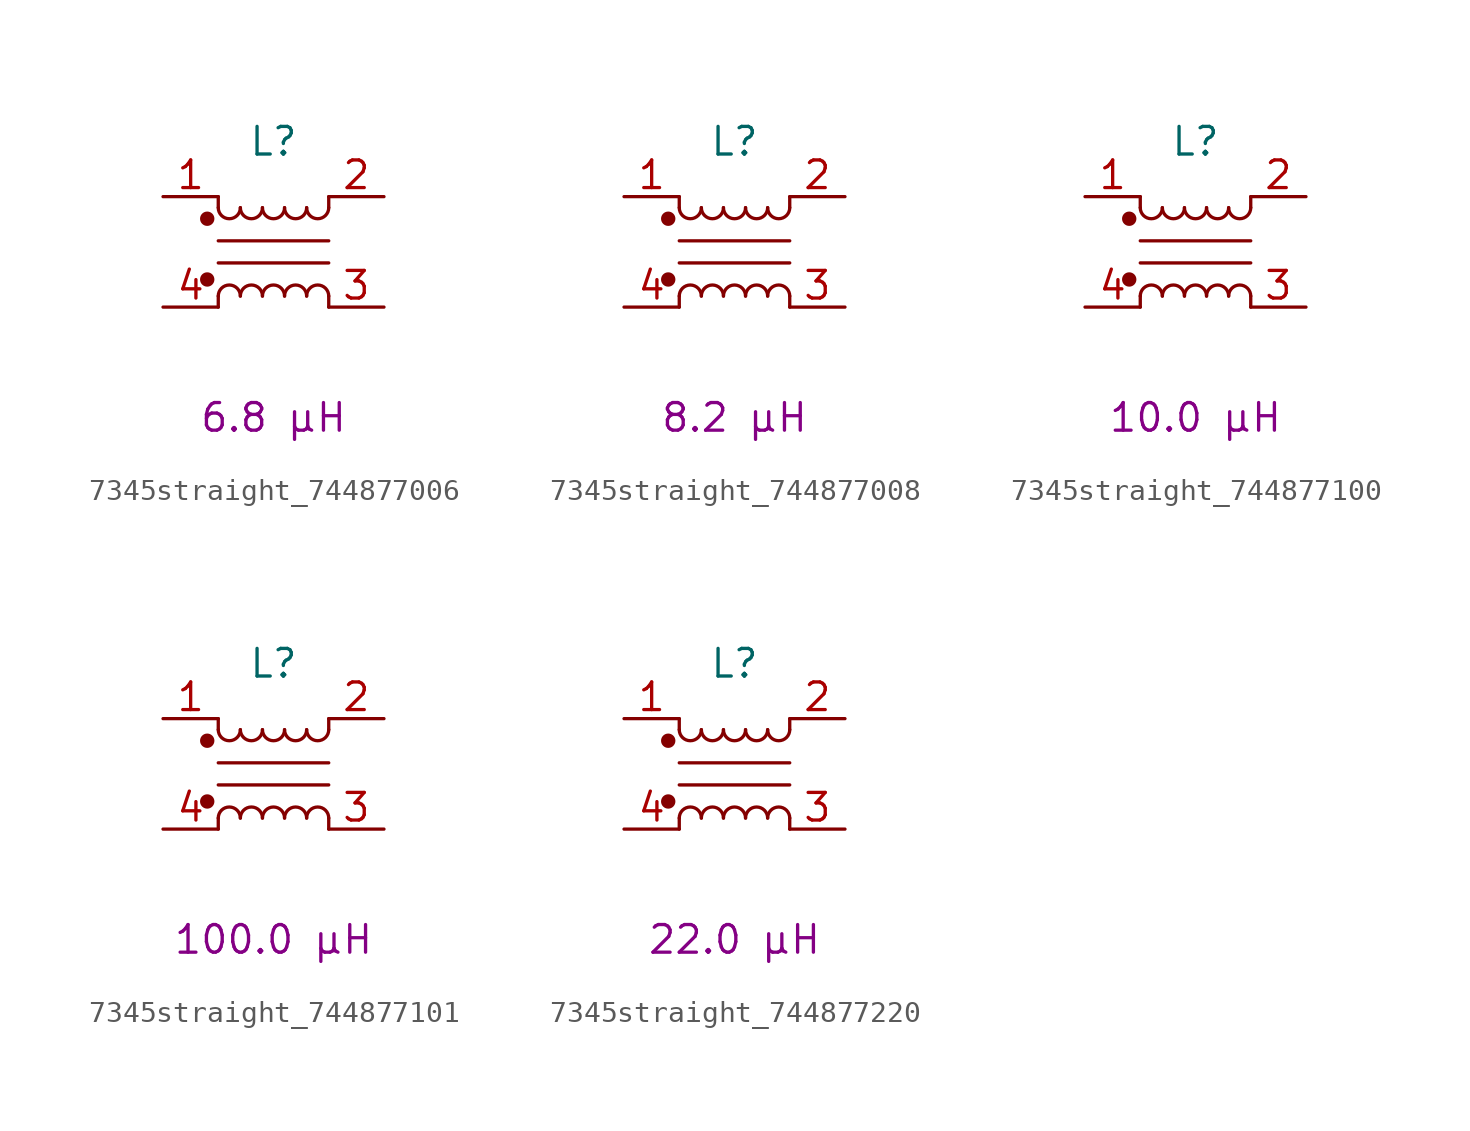
<source format=kicad_sym>
(kicad_symbol_lib
  (version 20220914)
  (generator kicad_symbol_editor)
  (symbol "7345straight_744877006"
    (pin_names hide)
    (property "Reference" "L"
      (at 0 5.08 0)
      (effects (font (size 1.27 1.27))))
    (property "Critical Parameter" "6.8 µH"
      (at 0 -7.62 0)
      (effects (font (size 1.27 1.27))))
    (symbol "7345straight_744877006_0_1"
      (circle (center -3.048 -1.27) (radius 0.254) (stroke (width 0) (type default)) (fill (type outline)))
      (circle (center -3.048 1.524) (radius 0.254) (stroke (width 0) (type default)) (fill (type outline)))
      (arc (start -2.54 2.032) (mid -2.032 1.5262) (end -1.524 2.032) (stroke (width 0) (type default)) (fill (type none)))
      (arc (start -1.524 -2.032) (mid -2.032 -1.5262) (end -2.54 -2.032) (stroke (width 0) (type default)) (fill (type none)))
      (arc (start -1.524 2.032) (mid -1.016 1.5262) (end -0.508 2.032) (stroke (width 0) (type default)) (fill (type none)))
      (arc (start -0.508 -2.032) (mid -1.016 -1.5262) (end -1.524 -2.032) (stroke (width 0) (type default)) (fill (type none)))
      (arc (start -0.508 2.032) (mid 0 1.5262) (end 0.508 2.032) (stroke (width 0) (type default)) (fill (type none)))
      (polyline (pts (xy -2.54 -2.032) (xy -2.54 -2.54)) (stroke (width 0) (type default)) (fill (type none)))
      (polyline (pts (xy -2.54 0.508) (xy 2.54 0.508)) (stroke (width 0) (type default)) (fill (type none)))
      (polyline (pts (xy -2.54 2.032) (xy -2.54 2.54)) (stroke (width 0) (type default)) (fill (type none)))
      (polyline (pts (xy 2.54 -2.032) (xy 2.54 -2.54)) (stroke (width 0) (type default)) (fill (type none)))
      (polyline (pts (xy 2.54 -0.508) (xy -2.54 -0.508)) (stroke (width 0) (type default)) (fill (type none)))
      (polyline (pts (xy 2.54 2.54) (xy 2.54 2.032)) (stroke (width 0) (type default)) (fill (type none)))
      (arc (start 0.508 -2.032) (mid 0 -1.5262) (end -0.508 -2.032) (stroke (width 0) (type default)) (fill (type none)))
      (arc (start 0.508 2.032) (mid 1.016 1.5262) (end 1.524 2.032) (stroke (width 0) (type default)) (fill (type none)))
      (arc (start 1.524 -2.032) (mid 1.016 -1.5262) (end 0.508 -2.032) (stroke (width 0) (type default)) (fill (type none)))
      (arc (start 1.524 2.032) (mid 2.032 1.5262) (end 2.54 2.032) (stroke (width 0) (type default)) (fill (type none)))
      (arc (start 2.54 -2.032) (mid 2.032 -1.5262) (end 1.524 -2.032) (stroke (width 0) (type default)) (fill (type none))))
    (symbol "7345straight_744877006_1_1"
      (pin passive line (at -5.08 2.54 0) (length 2.54) (name "1" (effects (font (size 1.27 1.27)))) (number "1" (effects (font (size 1.27 1.27)))))
      (pin passive line (at 5.08 2.54 180) (length 2.54) (name "2" (effects (font (size 1.27 1.27)))) (number "2" (effects (font (size 1.27 1.27)))))
      (pin passive line (at 5.08 -2.54 180) (length 2.54) (name "3" (effects (font (size 1.27 1.27)))) (number "3" (effects (font (size 1.27 1.27)))))
      (pin passive line (at -5.08 -2.54 0) (length 2.54) (name "4" (effects (font (size 1.27 1.27)))) (number "4" (effects (font (size 1.27 1.27)))))))
  (symbol "7345straight_744877008"
    (pin_names hide)
    (property "Reference" "L"
      (at 0 5.08 0)
      (effects (font (size 1.27 1.27))))
    (property "Critical Parameter" "8.2 µH"
      (at 0 -7.62 0)
      (effects (font (size 1.27 1.27))))
    (symbol "7345straight_744877008_0_1"
      (circle (center -3.048 -1.27) (radius 0.254) (stroke (width 0) (type default)) (fill (type outline)))
      (circle (center -3.048 1.524) (radius 0.254) (stroke (width 0) (type default)) (fill (type outline)))
      (arc (start -2.54 2.032) (mid -2.032 1.5262) (end -1.524 2.032) (stroke (width 0) (type default)) (fill (type none)))
      (arc (start -1.524 -2.032) (mid -2.032 -1.5262) (end -2.54 -2.032) (stroke (width 0) (type default)) (fill (type none)))
      (arc (start -1.524 2.032) (mid -1.016 1.5262) (end -0.508 2.032) (stroke (width 0) (type default)) (fill (type none)))
      (arc (start -0.508 -2.032) (mid -1.016 -1.5262) (end -1.524 -2.032) (stroke (width 0) (type default)) (fill (type none)))
      (arc (start -0.508 2.032) (mid 0 1.5262) (end 0.508 2.032) (stroke (width 0) (type default)) (fill (type none)))
      (polyline (pts (xy -2.54 -2.032) (xy -2.54 -2.54)) (stroke (width 0) (type default)) (fill (type none)))
      (polyline (pts (xy -2.54 0.508) (xy 2.54 0.508)) (stroke (width 0) (type default)) (fill (type none)))
      (polyline (pts (xy -2.54 2.032) (xy -2.54 2.54)) (stroke (width 0) (type default)) (fill (type none)))
      (polyline (pts (xy 2.54 -2.032) (xy 2.54 -2.54)) (stroke (width 0) (type default)) (fill (type none)))
      (polyline (pts (xy 2.54 -0.508) (xy -2.54 -0.508)) (stroke (width 0) (type default)) (fill (type none)))
      (polyline (pts (xy 2.54 2.54) (xy 2.54 2.032)) (stroke (width 0) (type default)) (fill (type none)))
      (arc (start 0.508 -2.032) (mid 0 -1.5262) (end -0.508 -2.032) (stroke (width 0) (type default)) (fill (type none)))
      (arc (start 0.508 2.032) (mid 1.016 1.5262) (end 1.524 2.032) (stroke (width 0) (type default)) (fill (type none)))
      (arc (start 1.524 -2.032) (mid 1.016 -1.5262) (end 0.508 -2.032) (stroke (width 0) (type default)) (fill (type none)))
      (arc (start 1.524 2.032) (mid 2.032 1.5262) (end 2.54 2.032) (stroke (width 0) (type default)) (fill (type none)))
      (arc (start 2.54 -2.032) (mid 2.032 -1.5262) (end 1.524 -2.032) (stroke (width 0) (type default)) (fill (type none))))
    (symbol "7345straight_744877008_1_1"
      (pin passive line (at -5.08 2.54 0) (length 2.54) (name "1" (effects (font (size 1.27 1.27)))) (number "1" (effects (font (size 1.27 1.27)))))
      (pin passive line (at 5.08 2.54 180) (length 2.54) (name "2" (effects (font (size 1.27 1.27)))) (number "2" (effects (font (size 1.27 1.27)))))
      (pin passive line (at 5.08 -2.54 180) (length 2.54) (name "3" (effects (font (size 1.27 1.27)))) (number "3" (effects (font (size 1.27 1.27)))))
      (pin passive line (at -5.08 -2.54 0) (length 2.54) (name "4" (effects (font (size 1.27 1.27)))) (number "4" (effects (font (size 1.27 1.27)))))))
  (symbol "7345straight_744877100"
    (pin_names hide)
    (property "Reference" "L"
      (at 0 5.08 0)
      (effects (font (size 1.27 1.27))))
    (property "Critical Parameter" "10.0 µH"
      (at 0 -7.62 0)
      (effects (font (size 1.27 1.27))))
    (symbol "7345straight_744877100_0_1"
      (circle (center -3.048 -1.27) (radius 0.254) (stroke (width 0) (type default)) (fill (type outline)))
      (circle (center -3.048 1.524) (radius 0.254) (stroke (width 0) (type default)) (fill (type outline)))
      (arc (start -2.54 2.032) (mid -2.032 1.5262) (end -1.524 2.032) (stroke (width 0) (type default)) (fill (type none)))
      (arc (start -1.524 -2.032) (mid -2.032 -1.5262) (end -2.54 -2.032) (stroke (width 0) (type default)) (fill (type none)))
      (arc (start -1.524 2.032) (mid -1.016 1.5262) (end -0.508 2.032) (stroke (width 0) (type default)) (fill (type none)))
      (arc (start -0.508 -2.032) (mid -1.016 -1.5262) (end -1.524 -2.032) (stroke (width 0) (type default)) (fill (type none)))
      (arc (start -0.508 2.032) (mid 0 1.5262) (end 0.508 2.032) (stroke (width 0) (type default)) (fill (type none)))
      (polyline (pts (xy -2.54 -2.032) (xy -2.54 -2.54)) (stroke (width 0) (type default)) (fill (type none)))
      (polyline (pts (xy -2.54 0.508) (xy 2.54 0.508)) (stroke (width 0) (type default)) (fill (type none)))
      (polyline (pts (xy -2.54 2.032) (xy -2.54 2.54)) (stroke (width 0) (type default)) (fill (type none)))
      (polyline (pts (xy 2.54 -2.032) (xy 2.54 -2.54)) (stroke (width 0) (type default)) (fill (type none)))
      (polyline (pts (xy 2.54 -0.508) (xy -2.54 -0.508)) (stroke (width 0) (type default)) (fill (type none)))
      (polyline (pts (xy 2.54 2.54) (xy 2.54 2.032)) (stroke (width 0) (type default)) (fill (type none)))
      (arc (start 0.508 -2.032) (mid 0 -1.5262) (end -0.508 -2.032) (stroke (width 0) (type default)) (fill (type none)))
      (arc (start 0.508 2.032) (mid 1.016 1.5262) (end 1.524 2.032) (stroke (width 0) (type default)) (fill (type none)))
      (arc (start 1.524 -2.032) (mid 1.016 -1.5262) (end 0.508 -2.032) (stroke (width 0) (type default)) (fill (type none)))
      (arc (start 1.524 2.032) (mid 2.032 1.5262) (end 2.54 2.032) (stroke (width 0) (type default)) (fill (type none)))
      (arc (start 2.54 -2.032) (mid 2.032 -1.5262) (end 1.524 -2.032) (stroke (width 0) (type default)) (fill (type none))))
    (symbol "7345straight_744877100_1_1"
      (pin passive line (at -5.08 2.54 0) (length 2.54) (name "1" (effects (font (size 1.27 1.27)))) (number "1" (effects (font (size 1.27 1.27)))))
      (pin passive line (at 5.08 2.54 180) (length 2.54) (name "2" (effects (font (size 1.27 1.27)))) (number "2" (effects (font (size 1.27 1.27)))))
      (pin passive line (at 5.08 -2.54 180) (length 2.54) (name "3" (effects (font (size 1.27 1.27)))) (number "3" (effects (font (size 1.27 1.27)))))
      (pin passive line (at -5.08 -2.54 0) (length 2.54) (name "4" (effects (font (size 1.27 1.27)))) (number "4" (effects (font (size 1.27 1.27)))))))
  (symbol "7345straight_744877101"
    (pin_names hide)
    (property "Reference" "L"
      (at 0 5.08 0)
      (effects (font (size 1.27 1.27))))
    (property "Critical Parameter" "100.0 µH"
      (at 0 -7.62 0)
      (effects (font (size 1.27 1.27))))
    (symbol "7345straight_744877101_0_1"
      (circle (center -3.048 -1.27) (radius 0.254) (stroke (width 0) (type default)) (fill (type outline)))
      (circle (center -3.048 1.524) (radius 0.254) (stroke (width 0) (type default)) (fill (type outline)))
      (arc (start -2.54 2.032) (mid -2.032 1.5262) (end -1.524 2.032) (stroke (width 0) (type default)) (fill (type none)))
      (arc (start -1.524 -2.032) (mid -2.032 -1.5262) (end -2.54 -2.032) (stroke (width 0) (type default)) (fill (type none)))
      (arc (start -1.524 2.032) (mid -1.016 1.5262) (end -0.508 2.032) (stroke (width 0) (type default)) (fill (type none)))
      (arc (start -0.508 -2.032) (mid -1.016 -1.5262) (end -1.524 -2.032) (stroke (width 0) (type default)) (fill (type none)))
      (arc (start -0.508 2.032) (mid 0 1.5262) (end 0.508 2.032) (stroke (width 0) (type default)) (fill (type none)))
      (polyline (pts (xy -2.54 -2.032) (xy -2.54 -2.54)) (stroke (width 0) (type default)) (fill (type none)))
      (polyline (pts (xy -2.54 0.508) (xy 2.54 0.508)) (stroke (width 0) (type default)) (fill (type none)))
      (polyline (pts (xy -2.54 2.032) (xy -2.54 2.54)) (stroke (width 0) (type default)) (fill (type none)))
      (polyline (pts (xy 2.54 -2.032) (xy 2.54 -2.54)) (stroke (width 0) (type default)) (fill (type none)))
      (polyline (pts (xy 2.54 -0.508) (xy -2.54 -0.508)) (stroke (width 0) (type default)) (fill (type none)))
      (polyline (pts (xy 2.54 2.54) (xy 2.54 2.032)) (stroke (width 0) (type default)) (fill (type none)))
      (arc (start 0.508 -2.032) (mid 0 -1.5262) (end -0.508 -2.032) (stroke (width 0) (type default)) (fill (type none)))
      (arc (start 0.508 2.032) (mid 1.016 1.5262) (end 1.524 2.032) (stroke (width 0) (type default)) (fill (type none)))
      (arc (start 1.524 -2.032) (mid 1.016 -1.5262) (end 0.508 -2.032) (stroke (width 0) (type default)) (fill (type none)))
      (arc (start 1.524 2.032) (mid 2.032 1.5262) (end 2.54 2.032) (stroke (width 0) (type default)) (fill (type none)))
      (arc (start 2.54 -2.032) (mid 2.032 -1.5262) (end 1.524 -2.032) (stroke (width 0) (type default)) (fill (type none))))
    (symbol "7345straight_744877101_1_1"
      (pin passive line (at -5.08 2.54 0) (length 2.54) (name "1" (effects (font (size 1.27 1.27)))) (number "1" (effects (font (size 1.27 1.27)))))
      (pin passive line (at 5.08 2.54 180) (length 2.54) (name "2" (effects (font (size 1.27 1.27)))) (number "2" (effects (font (size 1.27 1.27)))))
      (pin passive line (at 5.08 -2.54 180) (length 2.54) (name "3" (effects (font (size 1.27 1.27)))) (number "3" (effects (font (size 1.27 1.27)))))
      (pin passive line (at -5.08 -2.54 0) (length 2.54) (name "4" (effects (font (size 1.27 1.27)))) (number "4" (effects (font (size 1.27 1.27)))))))
  (symbol "7345straight_744877220"
    (pin_names hide)
    (property "Reference" "L"
      (at 0 5.08 0)
      (effects (font (size 1.27 1.27))))
    (property "Critical Parameter" "22.0 µH"
      (at 0 -7.62 0)
      (effects (font (size 1.27 1.27))))
    (symbol "7345straight_744877220_0_1"
      (circle (center -3.048 -1.27) (radius 0.254) (stroke (width 0) (type default)) (fill (type outline)))
      (circle (center -3.048 1.524) (radius 0.254) (stroke (width 0) (type default)) (fill (type outline)))
      (arc (start -2.54 2.032) (mid -2.032 1.5262) (end -1.524 2.032) (stroke (width 0) (type default)) (fill (type none)))
      (arc (start -1.524 -2.032) (mid -2.032 -1.5262) (end -2.54 -2.032) (stroke (width 0) (type default)) (fill (type none)))
      (arc (start -1.524 2.032) (mid -1.016 1.5262) (end -0.508 2.032) (stroke (width 0) (type default)) (fill (type none)))
      (arc (start -0.508 -2.032) (mid -1.016 -1.5262) (end -1.524 -2.032) (stroke (width 0) (type default)) (fill (type none)))
      (arc (start -0.508 2.032) (mid 0 1.5262) (end 0.508 2.032) (stroke (width 0) (type default)) (fill (type none)))
      (polyline (pts (xy -2.54 -2.032) (xy -2.54 -2.54)) (stroke (width 0) (type default)) (fill (type none)))
      (polyline (pts (xy -2.54 0.508) (xy 2.54 0.508)) (stroke (width 0) (type default)) (fill (type none)))
      (polyline (pts (xy -2.54 2.032) (xy -2.54 2.54)) (stroke (width 0) (type default)) (fill (type none)))
      (polyline (pts (xy 2.54 -2.032) (xy 2.54 -2.54)) (stroke (width 0) (type default)) (fill (type none)))
      (polyline (pts (xy 2.54 -0.508) (xy -2.54 -0.508)) (stroke (width 0) (type default)) (fill (type none)))
      (polyline (pts (xy 2.54 2.54) (xy 2.54 2.032)) (stroke (width 0) (type default)) (fill (type none)))
      (arc (start 0.508 -2.032) (mid 0 -1.5262) (end -0.508 -2.032) (stroke (width 0) (type default)) (fill (type none)))
      (arc (start 0.508 2.032) (mid 1.016 1.5262) (end 1.524 2.032) (stroke (width 0) (type default)) (fill (type none)))
      (arc (start 1.524 -2.032) (mid 1.016 -1.5262) (end 0.508 -2.032) (stroke (width 0) (type default)) (fill (type none)))
      (arc (start 1.524 2.032) (mid 2.032 1.5262) (end 2.54 2.032) (stroke (width 0) (type default)) (fill (type none)))
      (arc (start 2.54 -2.032) (mid 2.032 -1.5262) (end 1.524 -2.032) (stroke (width 0) (type default)) (fill (type none))))
    (symbol "7345straight_744877220_1_1"
      (pin passive line (at -5.08 2.54 0) (length 2.54) (name "1" (effects (font (size 1.27 1.27)))) (number "1" (effects (font (size 1.27 1.27)))))
      (pin passive line (at 5.08 2.54 180) (length 2.54) (name "2" (effects (font (size 1.27 1.27)))) (number "2" (effects (font (size 1.27 1.27)))))
      (pin passive line (at 5.08 -2.54 180) (length 2.54) (name "3" (effects (font (size 1.27 1.27)))) (number "3" (effects (font (size 1.27 1.27)))))
      (pin passive line (at -5.08 -2.54 0) (length 2.54) (name "4" (effects (font (size 1.27 1.27)))) (number "4" (effects (font (size 1.27 1.27))))))))
</source>
